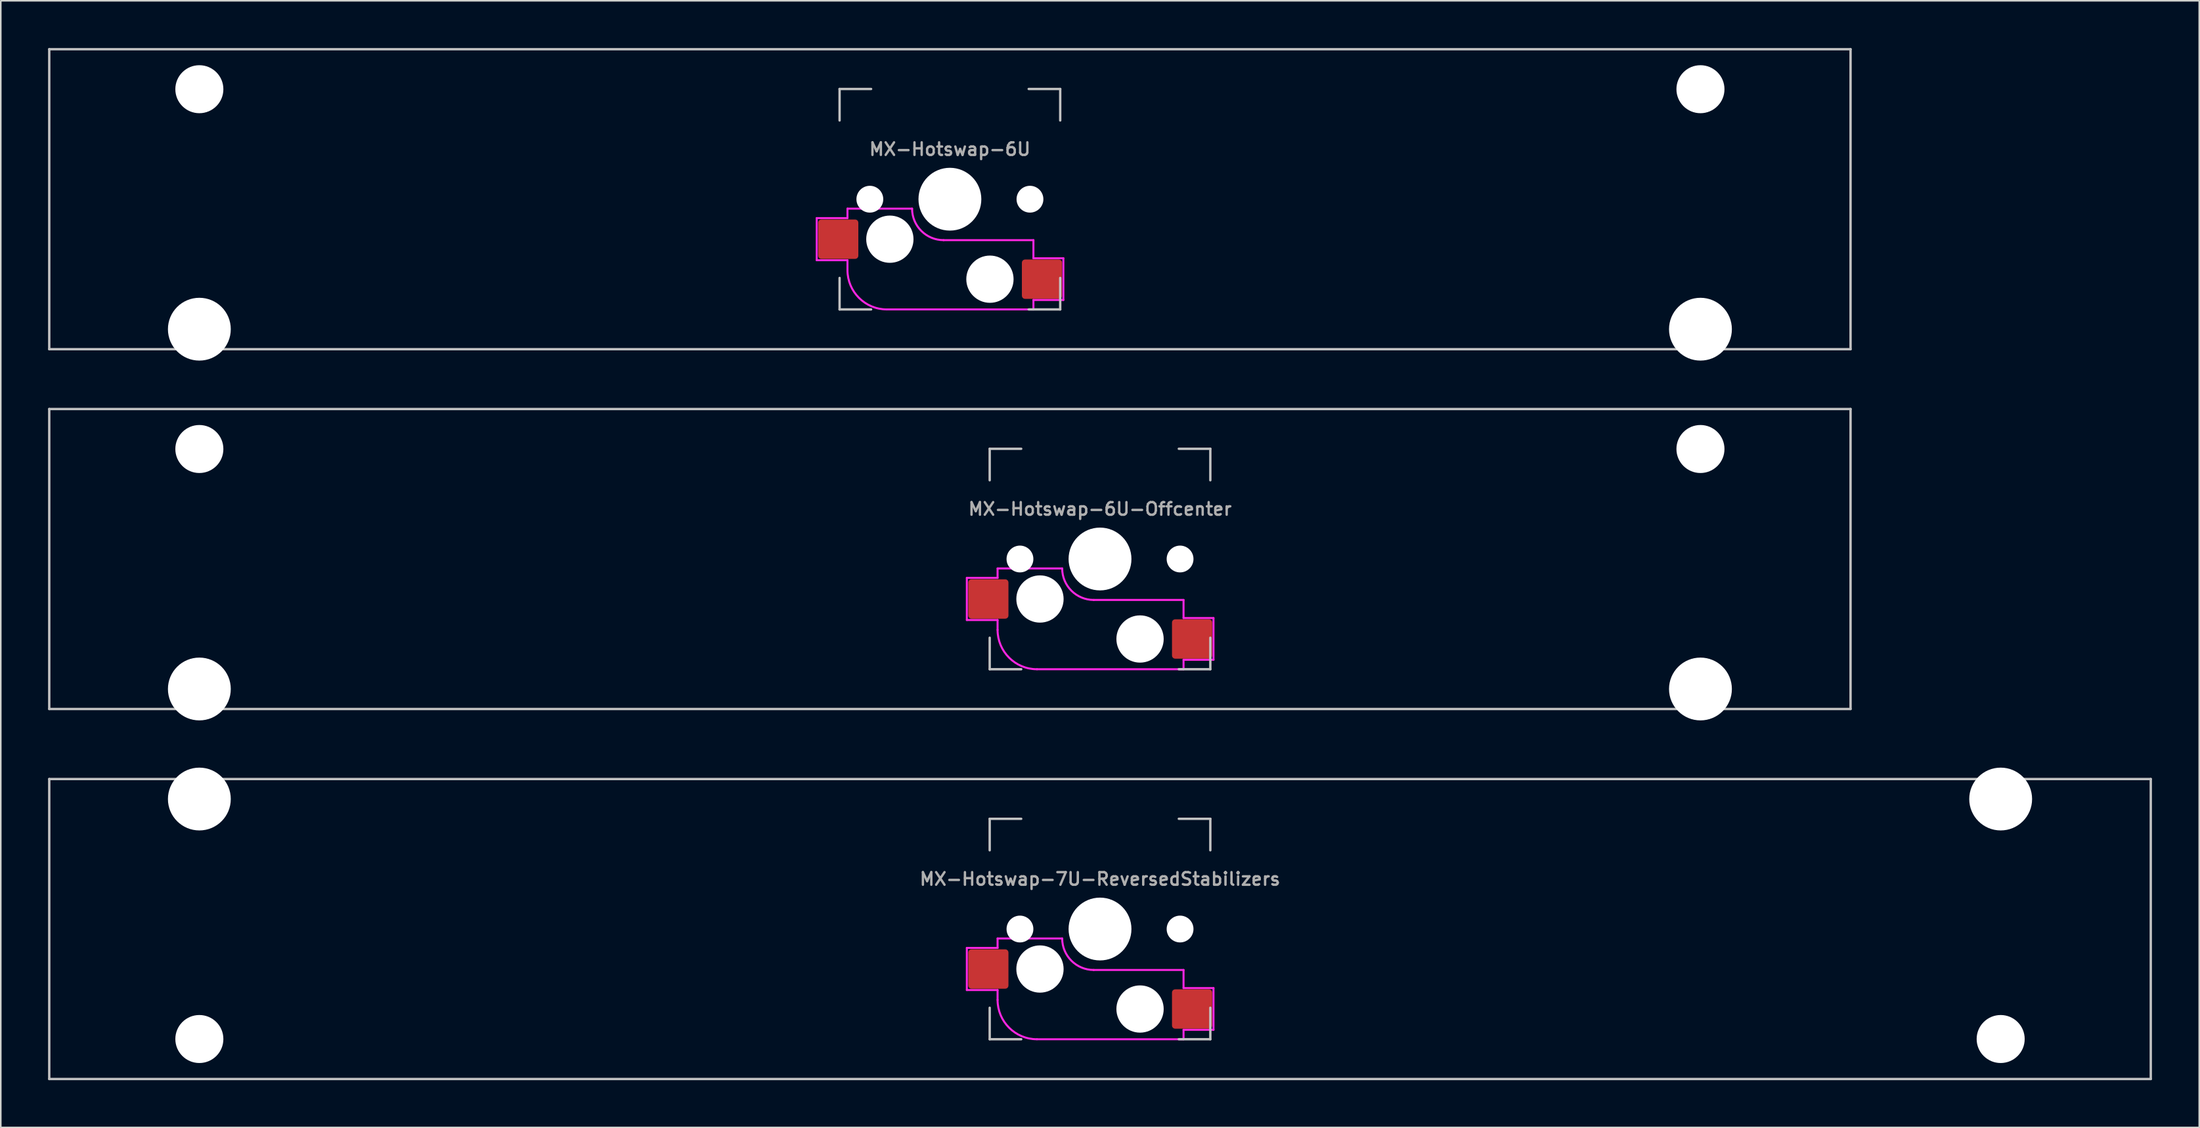
<source format=kicad_pcb>
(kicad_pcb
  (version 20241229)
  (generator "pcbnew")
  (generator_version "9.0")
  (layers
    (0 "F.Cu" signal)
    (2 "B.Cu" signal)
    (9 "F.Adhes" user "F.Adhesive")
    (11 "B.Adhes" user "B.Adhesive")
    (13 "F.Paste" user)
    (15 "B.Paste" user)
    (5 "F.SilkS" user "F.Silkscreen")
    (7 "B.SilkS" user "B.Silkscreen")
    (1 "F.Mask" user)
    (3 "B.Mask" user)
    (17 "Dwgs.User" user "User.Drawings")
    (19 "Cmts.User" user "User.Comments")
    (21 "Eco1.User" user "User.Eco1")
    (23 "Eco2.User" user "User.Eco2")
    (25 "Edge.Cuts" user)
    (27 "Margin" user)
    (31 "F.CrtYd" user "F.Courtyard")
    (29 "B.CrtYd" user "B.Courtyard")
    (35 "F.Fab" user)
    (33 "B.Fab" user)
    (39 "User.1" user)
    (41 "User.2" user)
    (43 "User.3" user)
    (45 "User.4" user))
  (footprint "MX-Hotswap-6U"
    (layer "F.Cu")
    (at 57.225 9.6)
    (property "Reference" "MX-Hotswap-6U" (at 0 -3.175 180) (layer "F.Fab") (effects (font (size 0.8 0.8) (thickness 0.15))))
    (attr smd)
    (fp_line (start -57.15 9.525) (end -57.15 -9.525) (stroke (width 0.15) (type solid)) (layer "Dwgs.User"))
    (fp_line (start -7 -7) (end -7 -5) (stroke (width 0.15) (type solid)) (layer "Dwgs.User"))
    (fp_line (start -7 5) (end -7 7) (stroke (width 0.15) (type solid)) (layer "Dwgs.User"))
    (fp_line (start -7 7) (end -5 7) (stroke (width 0.15) (type solid)) (layer "Dwgs.User"))
    (fp_line (start -5 -7) (end -7 -7) (stroke (width 0.15) (type solid)) (layer "Dwgs.User"))
    (fp_line (start 7 -7) (end 5 -7) (stroke (width 0.15) (type solid)) (layer "Dwgs.User"))
    (fp_line (start 7 -5) (end 7 -7) (stroke (width 0.15) (type solid)) (layer "Dwgs.User"))
    (fp_line (start 7 5) (end 7 7) (stroke (width 0.15) (type solid)) (layer "Dwgs.User"))
    (fp_line (start 7 7) (end 5 7) (stroke (width 0.15) (type solid)) (layer "Dwgs.User"))
    (fp_line (start 57.15 -9.525) (end -57.15 -9.525) (stroke (width 0.15) (type solid)) (layer "Dwgs.User"))
    (fp_line (start 57.15 9.525) (end -57.15 9.525) (stroke (width 0.15) (type solid)) (layer "Dwgs.User"))
    (fp_line (start 57.15 9.525) (end 57.15 -9.525) (stroke (width 0.15) (type solid)) (layer "Dwgs.User"))
    (fp_line (start -8.45 1.2) (end -8.45 3.875) (stroke (width 0.127) (type solid)) (layer "F.CrtYd"))
    (fp_line (start -8.45 3.875) (end -6.5 3.875) (stroke (width 0.127) (type solid)) (layer "F.CrtYd"))
    (fp_line (start -6.5 1.2) (end -8.45 1.2) (stroke (width 0.127) (type solid)) (layer "F.CrtYd"))
    (fp_line (start -6.5 1.2) (end -6.5 0.6) (stroke (width 0.127) (type solid)) (layer "F.CrtYd"))
    (fp_line (start -6.5 3.875) (end -6.5 4.5) (stroke (width 0.127) (type solid)) (layer "F.CrtYd"))
    (fp_line (start -4 7) (end 5.3 7) (stroke (width 0.127) (type solid)) (layer "F.CrtYd"))
    (fp_line (start -2.4 0.6) (end -6.5 0.6) (stroke (width 0.127) (type solid)) (layer "F.CrtYd"))
    (fp_line (start 5.3 2.6) (end -0.4 2.6) (stroke (width 0.127) (type solid)) (layer "F.CrtYd"))
    (fp_line (start 5.3 3.75) (end 5.3 2.6) (stroke (width 0.127) (type solid)) (layer "F.CrtYd"))
    (fp_line (start 5.3 3.75) (end 7.2 3.75) (stroke (width 0.127) (type solid)) (layer "F.CrtYd"))
    (fp_line (start 5.3 6.4) (end 5.3 7) (stroke (width 0.127) (type solid)) (layer "F.CrtYd"))
    (fp_line (start 7.2 3.75) (end 7.2 6.4) (stroke (width 0.127) (type solid)) (layer "F.CrtYd"))
    (fp_line (start 7.2 6.4) (end 5.3 6.4) (stroke (width 0.127) (type solid)) (layer "F.CrtYd"))
    (fp_arc (start -4 7) (mid -5.767767 6.267767) (end -6.5 4.5) (stroke (width 0.127) (type solid)) (layer "F.CrtYd"))
    (fp_arc (start -0.4 2.6) (mid -1.814214 2.014214) (end -2.4 0.6) (stroke (width 0.127) (type solid)) (layer "F.CrtYd"))
    (pad "" np_thru_hole circle (at -47.625 -6.985) (size 3.048 3.048) (drill 3.048) (layers "*.Cu" "*.Mask"))
    (pad "" np_thru_hole circle (at -47.625 8.255) (size 3.988 3.988) (drill 3.988) (layers "*.Cu" "*.Mask"))
    (pad "" np_thru_hole circle (at -5.08 0 131.901) (size 1.702 1.702) (drill 1.702) (layers "*.Cu" "*.Mask"))
    (pad "" np_thru_hole circle (at -3.81 2.54 180) (size 3 3) (drill 3) (layers "*.Cu" "*.Mask"))
    (pad "" np_thru_hole circle (at 0 0 180) (size 3.988 3.988) (drill 3.988) (layers "*.Cu" "*.Mask"))
    (pad "" np_thru_hole circle (at 2.54 5.08 180) (size 3 3) (drill 3) (layers "*.Cu" "*.Mask"))
    (pad "" np_thru_hole circle (at 5.08 0 131.901) (size 1.702 1.702) (drill 1.702) (layers "*.Cu" "*.Mask"))
    (pad "" np_thru_hole circle (at 47.625 -6.985) (size 3.048 3.048) (drill 3.048) (layers "*.Cu" "*.Mask"))
    (pad "" np_thru_hole circle (at 47.625 8.255) (size 3.988 3.988) (drill 3.988) (layers "*.Cu" "*.Mask"))
    (pad "1" smd roundrect (at -7.085 2.54 180) (size 2.55 2.5) (layers "F.Cu" "F.Mask" "F.Paste") (roundrect_rratio 0.08))
    (pad "2" smd roundrect (at 5.842 5.08 180) (size 2.55 2.5) (layers "F.Cu" "F.Mask" "F.Paste") (roundrect_rratio 0.08)))
  (footprint "MX-Hotswap-7U-ReversedStabilizers"
    (layer "F.Cu")
    (at 66.75 55.947)
    (property "Reference" "MX-Hotswap-7U-ReversedStabilizers" (at 0 -3.175 180) (layer "F.Fab") (effects (font (size 0.8 0.8) (thickness 0.15))))
    (attr smd)
    (fp_line (start -66.675 9.525) (end -66.675 -9.525) (stroke (width 0.15) (type solid)) (layer "Dwgs.User"))
    (fp_line (start -7 -7) (end -7 -5) (stroke (width 0.15) (type solid)) (layer "Dwgs.User"))
    (fp_line (start -7 5) (end -7 7) (stroke (width 0.15) (type solid)) (layer "Dwgs.User"))
    (fp_line (start -7 7) (end -5 7) (stroke (width 0.15) (type solid)) (layer "Dwgs.User"))
    (fp_line (start -5 -7) (end -7 -7) (stroke (width 0.15) (type solid)) (layer "Dwgs.User"))
    (fp_line (start 7 -7) (end 5 -7) (stroke (width 0.15) (type solid)) (layer "Dwgs.User"))
    (fp_line (start 7 -5) (end 7 -7) (stroke (width 0.15) (type solid)) (layer "Dwgs.User"))
    (fp_line (start 7 5) (end 7 7) (stroke (width 0.15) (type solid)) (layer "Dwgs.User"))
    (fp_line (start 7 7) (end 5 7) (stroke (width 0.15) (type solid)) (layer "Dwgs.User"))
    (fp_line (start 66.675 -9.525) (end -66.675 -9.525) (stroke (width 0.15) (type solid)) (layer "Dwgs.User"))
    (fp_line (start 66.675 9.525) (end -66.675 9.525) (stroke (width 0.15) (type solid)) (layer "Dwgs.User"))
    (fp_line (start 66.675 9.525) (end 66.675 -9.525) (stroke (width 0.15) (type solid)) (layer "Dwgs.User"))
    (fp_line (start -8.45 1.2) (end -8.45 3.875) (stroke (width 0.127) (type solid)) (layer "F.CrtYd"))
    (fp_line (start -8.45 3.875) (end -6.5 3.875) (stroke (width 0.127) (type solid)) (layer "F.CrtYd"))
    (fp_line (start -6.5 1.2) (end -8.45 1.2) (stroke (width 0.127) (type solid)) (layer "F.CrtYd"))
    (fp_line (start -6.5 1.2) (end -6.5 0.6) (stroke (width 0.127) (type solid)) (layer "F.CrtYd"))
    (fp_line (start -6.5 3.875) (end -6.5 4.5) (stroke (width 0.127) (type solid)) (layer "F.CrtYd"))
    (fp_line (start -4 7) (end 5.3 7) (stroke (width 0.127) (type solid)) (layer "F.CrtYd"))
    (fp_line (start -2.4 0.6) (end -6.5 0.6) (stroke (width 0.127) (type solid)) (layer "F.CrtYd"))
    (fp_line (start 5.3 2.6) (end -0.4 2.6) (stroke (width 0.127) (type solid)) (layer "F.CrtYd"))
    (fp_line (start 5.3 3.75) (end 5.3 2.6) (stroke (width 0.127) (type solid)) (layer "F.CrtYd"))
    (fp_line (start 5.3 3.75) (end 7.2 3.75) (stroke (width 0.127) (type solid)) (layer "F.CrtYd"))
    (fp_line (start 5.3 6.4) (end 5.3 7) (stroke (width 0.127) (type solid)) (layer "F.CrtYd"))
    (fp_line (start 7.2 3.75) (end 7.2 6.4) (stroke (width 0.127) (type solid)) (layer "F.CrtYd"))
    (fp_line (start 7.2 6.4) (end 5.3 6.4) (stroke (width 0.127) (type solid)) (layer "F.CrtYd"))
    (fp_arc (start -4 7) (mid -5.767767 6.267767) (end -6.5 4.5) (stroke (width 0.127) (type solid)) (layer "F.CrtYd"))
    (fp_arc (start -0.4 2.6) (mid -1.814214 2.014214) (end -2.4 0.6) (stroke (width 0.127) (type solid)) (layer "F.CrtYd"))
    (pad "" np_thru_hole circle (at -57.15 -8.255) (size 3.988 3.988) (drill 3.988) (layers "*.Cu" "*.Mask"))
    (pad "" np_thru_hole circle (at -57.15 6.985) (size 3.048 3.048) (drill 3.048) (layers "*.Cu" "*.Mask"))
    (pad "" np_thru_hole circle (at -5.08 0 131.901) (size 1.702 1.702) (drill 1.702) (layers "*.Cu" "*.Mask"))
    (pad "" np_thru_hole circle (at -3.81 2.54 180) (size 3 3) (drill 3) (layers "*.Cu" "*.Mask"))
    (pad "" np_thru_hole circle (at 0 0 180) (size 3.988 3.988) (drill 3.988) (layers "*.Cu" "*.Mask"))
    (pad "" np_thru_hole circle (at 2.54 5.08 180) (size 3 3) (drill 3) (layers "*.Cu" "*.Mask"))
    (pad "" np_thru_hole circle (at 5.08 0 131.901) (size 1.702 1.702) (drill 1.702) (layers "*.Cu" "*.Mask"))
    (pad "" np_thru_hole circle (at 57.15 -8.255) (size 3.988 3.988) (drill 3.988) (layers "*.Cu" "*.Mask"))
    (pad "" np_thru_hole circle (at 57.15 6.985) (size 3.048 3.048) (drill 3.048) (layers "*.Cu" "*.Mask"))
    (pad "1" smd roundrect (at -7.085 2.54 180) (size 2.55 2.5) (layers "F.Cu" "F.Mask" "F.Paste") (roundrect_rratio 0.08))
    (pad "2" smd roundrect (at 5.842 5.08 180) (size 2.55 2.5) (layers "F.Cu" "F.Mask" "F.Paste") (roundrect_rratio 0.08)))
  (footprint "MX-Hotswap-6U-Offcenter"
    (layer "F.Cu")
    (at 66.75 32.449)
    (property "Reference" "MX-Hotswap-6U-Offcenter" (at 0 -3.175 180) (layer "F.Fab") (effects (font (size 0.8 0.8) (thickness 0.15))))
    (attr smd)
    (fp_line (start -66.675 -9.525) (end 47.625 -9.525) (stroke (width 0.15) (type solid)) (layer "Dwgs.User"))
    (fp_line (start -66.675 9.525) (end -66.675 -9.525) (stroke (width 0.15) (type solid)) (layer "Dwgs.User"))
    (fp_line (start -66.675 9.525) (end 47.625 9.525) (stroke (width 0.15) (type solid)) (layer "Dwgs.User"))
    (fp_line (start -7 -7) (end -7 -5) (stroke (width 0.15) (type solid)) (layer "Dwgs.User"))
    (fp_line (start -7 5) (end -7 7) (stroke (width 0.15) (type solid)) (layer "Dwgs.User"))
    (fp_line (start -7 7) (end -5 7) (stroke (width 0.15) (type solid)) (layer "Dwgs.User"))
    (fp_line (start -5 -7) (end -7 -7) (stroke (width 0.15) (type solid)) (layer "Dwgs.User"))
    (fp_line (start 7 -7) (end 5 -7) (stroke (width 0.15) (type solid)) (layer "Dwgs.User"))
    (fp_line (start 7 -5) (end 7 -7) (stroke (width 0.15) (type solid)) (layer "Dwgs.User"))
    (fp_line (start 7 5) (end 7 7) (stroke (width 0.15) (type solid)) (layer "Dwgs.User"))
    (fp_line (start 7 7) (end 5 7) (stroke (width 0.15) (type solid)) (layer "Dwgs.User"))
    (fp_line (start 47.625 9.525) (end 47.625 -9.525) (stroke (width 0.15) (type solid)) (layer "Dwgs.User"))
    (fp_line (start -8.45 1.2) (end -8.45 3.875) (stroke (width 0.127) (type solid)) (layer "F.CrtYd"))
    (fp_line (start -8.45 3.875) (end -6.5 3.875) (stroke (width 0.127) (type solid)) (layer "F.CrtYd"))
    (fp_line (start -6.5 1.2) (end -8.45 1.2) (stroke (width 0.127) (type solid)) (layer "F.CrtYd"))
    (fp_line (start -6.5 1.2) (end -6.5 0.6) (stroke (width 0.127) (type solid)) (layer "F.CrtYd"))
    (fp_line (start -6.5 3.875) (end -6.5 4.5) (stroke (width 0.127) (type solid)) (layer "F.CrtYd"))
    (fp_line (start -4 7) (end 5.3 7) (stroke (width 0.127) (type solid)) (layer "F.CrtYd"))
    (fp_line (start -2.4 0.6) (end -6.5 0.6) (stroke (width 0.127) (type solid)) (layer "F.CrtYd"))
    (fp_line (start 5.3 2.6) (end -0.4 2.6) (stroke (width 0.127) (type solid)) (layer "F.CrtYd"))
    (fp_line (start 5.3 3.75) (end 5.3 2.6) (stroke (width 0.127) (type solid)) (layer "F.CrtYd"))
    (fp_line (start 5.3 3.75) (end 7.2 3.75) (stroke (width 0.127) (type solid)) (layer "F.CrtYd"))
    (fp_line (start 5.3 6.4) (end 5.3 7) (stroke (width 0.127) (type solid)) (layer "F.CrtYd"))
    (fp_line (start 7.2 3.75) (end 7.2 6.4) (stroke (width 0.127) (type solid)) (layer "F.CrtYd"))
    (fp_line (start 7.2 6.4) (end 5.3 6.4) (stroke (width 0.127) (type solid)) (layer "F.CrtYd"))
    (fp_arc (start -4 7) (mid -5.767767 6.267767) (end -6.5 4.5) (stroke (width 0.127) (type solid)) (layer "F.CrtYd"))
    (fp_arc (start -0.4 2.6) (mid -1.814214 2.014214) (end -2.4 0.6) (stroke (width 0.127) (type solid)) (layer "F.CrtYd"))
    (pad "" np_thru_hole circle (at -57.15 -6.985) (size 3.048 3.048) (drill 3.048) (layers "*.Cu" "*.Mask"))
    (pad "" np_thru_hole circle (at -57.15 8.255) (size 3.988 3.988) (drill 3.988) (layers "*.Cu" "*.Mask"))
    (pad "" np_thru_hole circle (at -5.08 0 131.901) (size 1.702 1.702) (drill 1.702) (layers "*.Cu" "*.Mask"))
    (pad "" np_thru_hole circle (at -3.81 2.54 180) (size 3 3) (drill 3) (layers "*.Cu" "*.Mask"))
    (pad "" np_thru_hole circle (at 0 0 180) (size 3.988 3.988) (drill 3.988) (layers "*.Cu" "*.Mask"))
    (pad "" np_thru_hole circle (at 2.54 5.08 180) (size 3 3) (drill 3) (layers "*.Cu" "*.Mask"))
    (pad "" np_thru_hole circle (at 5.08 0 131.901) (size 1.702 1.702) (drill 1.702) (layers "*.Cu" "*.Mask"))
    (pad "" np_thru_hole circle (at 38.1 -6.985) (size 3.048 3.048) (drill 3.048) (layers "*.Cu" "*.Mask"))
    (pad "" np_thru_hole circle (at 38.1 8.255) (size 3.988 3.988) (drill 3.988) (layers "*.Cu" "*.Mask"))
    (pad "1" smd roundrect (at -7.085 2.54 180) (size 2.55 2.5) (layers "F.Cu" "F.Mask" "F.Paste") (roundrect_rratio 0.08))
    (pad "2" smd roundrect (at 5.842 5.08 180) (size 2.55 2.5) (layers "F.Cu" "F.Mask" "F.Paste") (roundrect_rratio 0.08)))
  (gr_rect
    (start -3 -3)
    (end 136.5 68.547)
    (stroke (width 0.1) (type default))
    (fill no)
    (layer "Edge.Cuts")))
</source>
